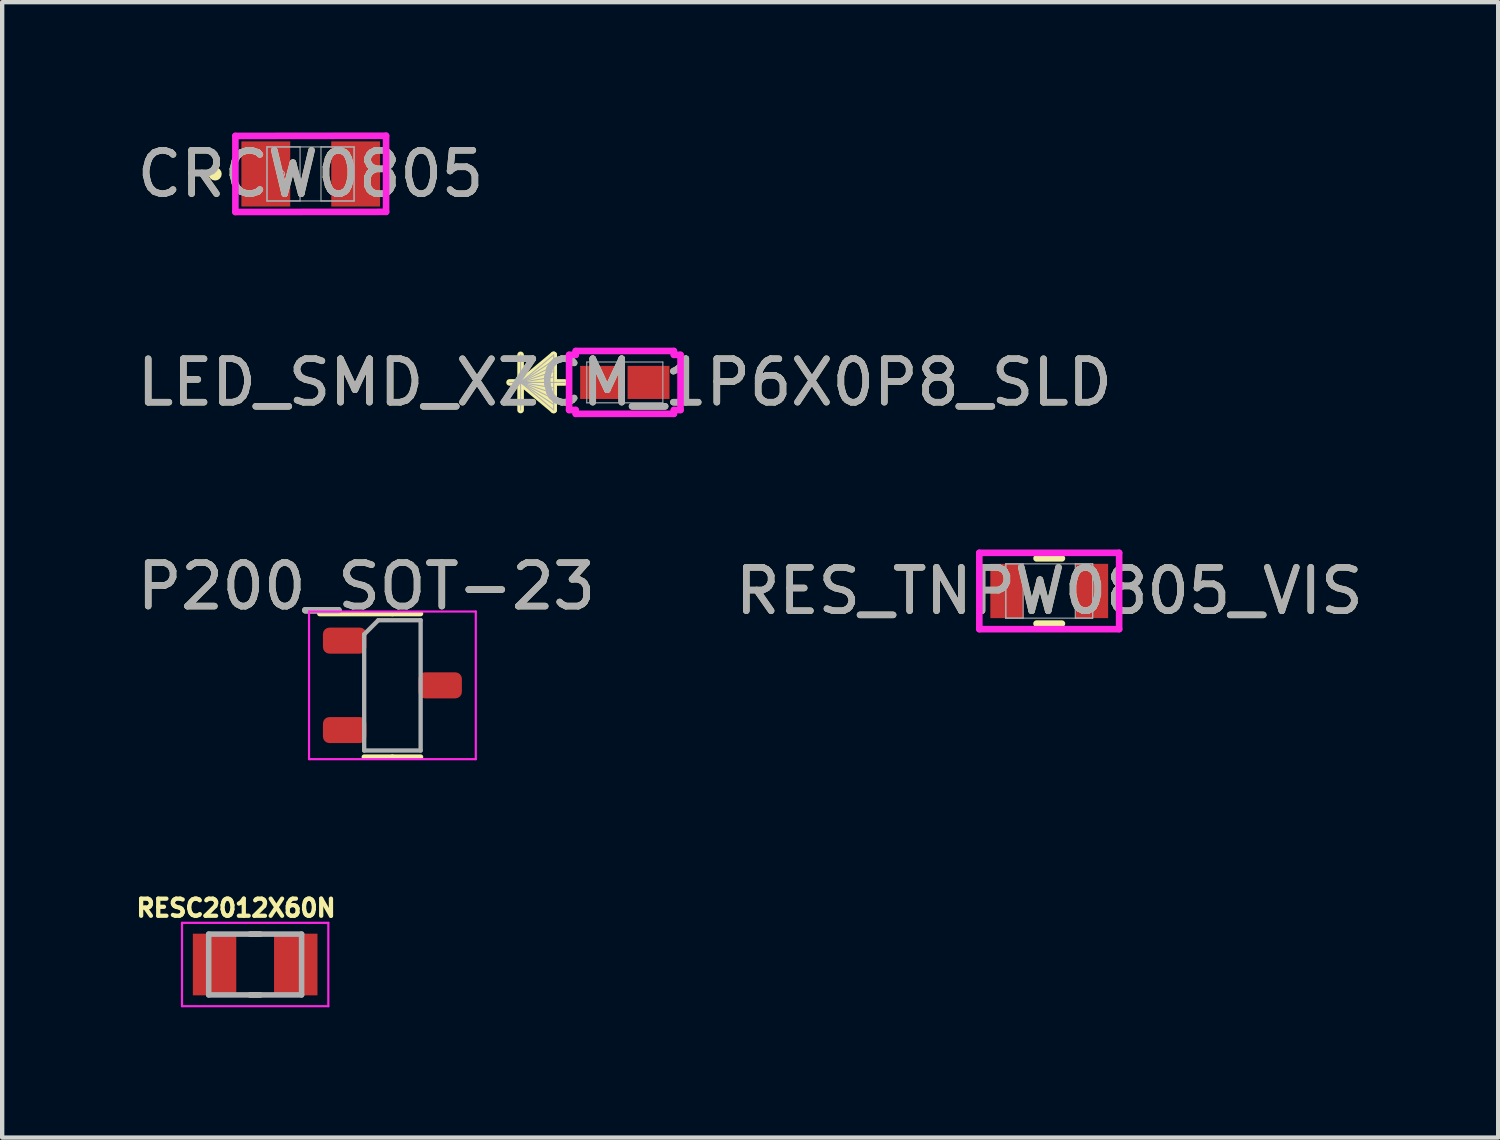
<source format=kicad_pcb>
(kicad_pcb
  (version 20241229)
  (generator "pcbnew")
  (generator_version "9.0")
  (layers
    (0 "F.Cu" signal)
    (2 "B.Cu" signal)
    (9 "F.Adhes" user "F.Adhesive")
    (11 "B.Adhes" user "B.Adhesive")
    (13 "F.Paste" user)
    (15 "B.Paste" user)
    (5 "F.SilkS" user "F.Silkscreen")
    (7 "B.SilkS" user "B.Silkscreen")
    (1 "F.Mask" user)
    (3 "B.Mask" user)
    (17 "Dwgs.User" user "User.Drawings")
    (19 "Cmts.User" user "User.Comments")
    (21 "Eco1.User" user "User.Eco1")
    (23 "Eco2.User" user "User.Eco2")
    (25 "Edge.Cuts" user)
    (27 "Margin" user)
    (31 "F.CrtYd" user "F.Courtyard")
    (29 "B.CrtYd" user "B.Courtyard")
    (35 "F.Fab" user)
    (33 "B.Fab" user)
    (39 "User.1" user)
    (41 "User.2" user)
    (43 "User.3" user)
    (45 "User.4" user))
  (footprint "P200_SOT-23"
    (layer "F.Cu")
    (at 4.887 11.703)
    (property "Reference" "P200_SOT-23" (at 0.5 -1.25 0) (layer "F.SilkS") (effects (font (size 1 1) (thickness 0.15))))
    (attr smd)
    (fp_line (start 1.1 -0.62) (end -0.575 -0.62) (stroke (width 0.12) (type solid)) (layer "F.SilkS"))
    (fp_line (start 1.1 -0.62) (end 1.75 -0.62) (stroke (width 0.12) (type solid)) (layer "F.SilkS"))
    (fp_line (start 1.1 2.68) (end 0.45 2.68) (stroke (width 0.12) (type solid)) (layer "F.SilkS"))
    (fp_line (start 1.1 2.68) (end 1.75 2.68) (stroke (width 0.12) (type solid)) (layer "F.SilkS"))
    (fp_line (start -0.82 -0.67) (end -0.82 2.73) (stroke (width 0.05) (type solid)) (layer "F.CrtYd"))
    (fp_line (start -0.82 2.73) (end 3.02 2.73) (stroke (width 0.05) (type solid)) (layer "F.CrtYd"))
    (fp_line (start 3.02 -0.67) (end -0.82 -0.67) (stroke (width 0.05) (type solid)) (layer "F.CrtYd"))
    (fp_line (start 3.02 2.73) (end 3.02 -0.67) (stroke (width 0.05) (type solid)) (layer "F.CrtYd"))
    (fp_line (start 0.45 -0.145) (end 0.775 -0.47) (stroke (width 0.1) (type solid)) (layer "F.Fab"))
    (fp_line (start 0.45 2.53) (end 0.45 -0.145) (stroke (width 0.1) (type solid)) (layer "F.Fab"))
    (fp_line (start 0.775 -0.47) (end 1.75 -0.47) (stroke (width 0.1) (type solid)) (layer "F.Fab"))
    (fp_line (start 1.75 -0.47) (end 1.75 2.53) (stroke (width 0.1) (type solid)) (layer "F.Fab"))
    (fp_line (start 1.75 2.53) (end 0.45 2.53) (stroke (width 0.1) (type solid)) (layer "F.Fab"))
    (fp_text user "${REFERENCE}" (at 0.5 -1.25 0) (layer "F.Fab") (effects (font (size 1 1) (thickness 0.15))))
    (pad "1" smd roundrect (at 0 0) (size 1 0.6) (layers "F.Cu" "F.Mask" "F.Paste") (roundrect_rratio 0.25))
    (pad "2" smd roundrect (at 0 2.06) (size 1 0.6) (layers "F.Cu" "F.Mask" "F.Paste") (roundrect_rratio 0.25))
    (pad "3" smd roundrect (at 2.2 1.03) (size 1 0.6) (layers "F.Cu" "F.Mask" "F.Paste") (roundrect_rratio 0.25)))
  (footprint "RESC2012X60N"
    (layer "F.Cu")
    (at 2.826 19.162)
    (property "Reference" "RESC2012X60N" (at -0.44 -1.3 0) (layer "F.SilkS") (effects (font (size 0.394 0.394) (thickness 0.15))))
    (attr smd)
    (fp_line (start -0.12 -0.7) (end 0.12 -0.7) (stroke (width 0.127) (type solid)) (layer "F.SilkS"))
    (fp_line (start -0.12 0.7) (end 0.12 0.7) (stroke (width 0.127) (type solid)) (layer "F.SilkS"))
    (fp_line (start -1.685 -0.96) (end 1.685 -0.96) (stroke (width 0.05) (type solid)) (layer "F.CrtYd"))
    (fp_line (start -1.685 0.96) (end -1.685 -0.96) (stroke (width 0.05) (type solid)) (layer "F.CrtYd"))
    (fp_line (start -1.685 0.96) (end 1.685 0.96) (stroke (width 0.05) (type solid)) (layer "F.CrtYd"))
    (fp_line (start 1.685 0.96) (end 1.685 -0.96) (stroke (width 0.05) (type solid)) (layer "F.CrtYd"))
    (fp_line (start -1.07 0.7) (end -1.07 -0.7) (stroke (width 0.127) (type solid)) (layer "F.Fab"))
    (fp_line (start 1.07 -0.7) (end -1.07 -0.7) (stroke (width 0.127) (type solid)) (layer "F.Fab"))
    (fp_line (start 1.07 0.7) (end -1.07 0.7) (stroke (width 0.127) (type solid)) (layer "F.Fab"))
    (fp_line (start 1.07 0.7) (end 1.07 -0.7) (stroke (width 0.127) (type solid)) (layer "F.Fab"))
    (pad "1" smd rect (at -0.935 0) (size 1 1.42) (layers "F.Cu" "F.Mask" "F.Paste"))
    (pad "2" smd rect (at 0.935 0) (size 1 1.42) (layers "F.Cu" "F.Mask" "F.Paste")))
  (footprint "LED_SMD_XZCM_1P6X0P8_SLD"
    (layer "F.Cu")
    (at 11.339 5.757)
    (property "Reference" "LED_SMD_XZCM_1P6X0P8_SLD" (at 0 0 0) (unlocked yes) (layer "F.SilkS") (effects (font (size 1 1) (thickness 0.15))))
    (attr smd)
    (fp_line (start -2.4 -0.635) (end -2.4 0.635) (stroke (width 0.152) (type solid)) (layer "F.SilkS"))
    (fp_line (start -2.4 0) (end -1.638 -0.635) (stroke (width 0.152) (type solid)) (layer "F.SilkS"))
    (fp_line (start -2.4 0) (end -1.638 -0.508) (stroke (width 0.152) (type solid)) (layer "F.SilkS"))
    (fp_line (start -2.4 0) (end -1.638 -0.381) (stroke (width 0.152) (type solid)) (layer "F.SilkS"))
    (fp_line (start -2.4 0) (end -1.638 -0.254) (stroke (width 0.152) (type solid)) (layer "F.SilkS"))
    (fp_line (start -2.4 0) (end -1.638 -0.127) (stroke (width 0.152) (type solid)) (layer "F.SilkS"))
    (fp_line (start -2.4 0) (end -1.638 0.127) (stroke (width 0.152) (type solid)) (layer "F.SilkS"))
    (fp_line (start -2.4 0) (end -1.638 0.254) (stroke (width 0.152) (type solid)) (layer "F.SilkS"))
    (fp_line (start -2.4 0) (end -1.638 0.381) (stroke (width 0.152) (type solid)) (layer "F.SilkS"))
    (fp_line (start -2.4 0) (end -1.638 0.508) (stroke (width 0.152) (type solid)) (layer "F.SilkS"))
    (fp_line (start -2.4 0) (end -1.638 0.635) (stroke (width 0.152) (type solid)) (layer "F.SilkS"))
    (fp_line (start -1.638 -0.635) (end -1.638 0.635) (stroke (width 0.152) (type solid)) (layer "F.SilkS"))
    (fp_line (start -1.384 0) (end -2.654 0) (stroke (width 0.152) (type solid)) (layer "F.SilkS"))
    (fp_line (start -1.283 -0.635) (end -1.13 -0.635) (stroke (width 0.152) (type solid)) (layer "F.CrtYd"))
    (fp_line (start -1.283 0.635) (end -1.283 -0.635) (stroke (width 0.152) (type solid)) (layer "F.CrtYd"))
    (fp_line (start -1.13 -0.724) (end 1.13 -0.724) (stroke (width 0.152) (type solid)) (layer "F.CrtYd"))
    (fp_line (start -1.13 -0.635) (end -1.13 -0.724) (stroke (width 0.152) (type solid)) (layer "F.CrtYd"))
    (fp_line (start -1.13 0.635) (end -1.283 0.635) (stroke (width 0.152) (type solid)) (layer "F.CrtYd"))
    (fp_line (start -1.13 0.724) (end -1.13 0.635) (stroke (width 0.152) (type solid)) (layer "F.CrtYd"))
    (fp_line (start 1.13 -0.724) (end 1.13 -0.635) (stroke (width 0.152) (type solid)) (layer "F.CrtYd"))
    (fp_line (start 1.13 -0.635) (end 1.283 -0.635) (stroke (width 0.152) (type solid)) (layer "F.CrtYd"))
    (fp_line (start 1.13 0.635) (end 1.13 0.724) (stroke (width 0.152) (type solid)) (layer "F.CrtYd"))
    (fp_line (start 1.13 0.724) (end -1.13 0.724) (stroke (width 0.152) (type solid)) (layer "F.CrtYd"))
    (fp_line (start 1.283 -0.635) (end 1.283 0.635) (stroke (width 0.152) (type solid)) (layer "F.CrtYd"))
    (fp_line (start 1.283 0.635) (end 1.13 0.635) (stroke (width 0.152) (type solid)) (layer "F.CrtYd"))
    (fp_line (start -2.4 -0.635) (end -2.4 0.635) (stroke (width 0.025) (type solid)) (layer "F.Fab"))
    (fp_line (start -2.4 0) (end -1.638 -0.635) (stroke (width 0.025) (type solid)) (layer "F.Fab"))
    (fp_line (start -2.4 0) (end -1.638 -0.508) (stroke (width 0.025) (type solid)) (layer "F.Fab"))
    (fp_line (start -2.4 0) (end -1.638 -0.381) (stroke (width 0.025) (type solid)) (layer "F.Fab"))
    (fp_line (start -2.4 0) (end -1.638 -0.254) (stroke (width 0.025) (type solid)) (layer "F.Fab"))
    (fp_line (start -2.4 0) (end -1.638 -0.127) (stroke (width 0.025) (type solid)) (layer "F.Fab"))
    (fp_line (start -2.4 0) (end -1.638 0.127) (stroke (width 0.025) (type solid)) (layer "F.Fab"))
    (fp_line (start -2.4 0) (end -1.638 0.254) (stroke (width 0.025) (type solid)) (layer "F.Fab"))
    (fp_line (start -2.4 0) (end -1.638 0.381) (stroke (width 0.025) (type solid)) (layer "F.Fab"))
    (fp_line (start -2.4 0) (end -1.638 0.508) (stroke (width 0.025) (type solid)) (layer "F.Fab"))
    (fp_line (start -2.4 0) (end -1.638 0.635) (stroke (width 0.025) (type solid)) (layer "F.Fab"))
    (fp_line (start -1.638 -0.635) (end -1.638 0.635) (stroke (width 0.025) (type solid)) (layer "F.Fab"))
    (fp_line (start -1.384 0) (end -2.654 0) (stroke (width 0.025) (type solid)) (layer "F.Fab"))
    (fp_line (start -0.876 -0.47) (end -0.876 0.47) (stroke (width 0.025) (type solid)) (layer "F.Fab"))
    (fp_line (start -0.876 0.47) (end 0.876 0.47) (stroke (width 0.025) (type solid)) (layer "F.Fab"))
    (fp_line (start 0.876 -0.47) (end -0.876 -0.47) (stroke (width 0.025) (type solid)) (layer "F.Fab"))
    (fp_line (start 0.876 0.47) (end 0.876 -0.47) (stroke (width 0.025) (type solid)) (layer "F.Fab"))
    (fp_text user "${REFERENCE}" (at 0 0 0) (unlocked yes) (layer "F.Fab") (effects (font (size 1 1) (thickness 0.15))))
    (pad "1" smd rect (at -0.546 0 90) (size 0.762 0.965) (layers "F.Cu" "F.Mask" "F.Paste"))
    (pad "2" smd rect (at 0.546 0 90) (size 0.762 0.965) (layers "F.Cu" "F.Mask" "F.Paste"))
    (zone (net_name "") (layer "F.Cu") (hatch full 0.508) (connect_pads) (min_thickness 0.254) (filled_areas_thickness no) (keepout (tracks not_allowed) (vias not_allowed) (pads allowed) (copperpour not_allowed) (footprints allowed)) (placement (enabled no)) (fill) (polygon (pts (xy 10.514 5.338) (xy 12.165 5.338) (xy 12.165 5.325) (xy 10.514 5.325))))
    (zone (net_name "") (layer "F.Cu") (hatch full 0.508) (connect_pads) (min_thickness 0.254) (filled_areas_thickness no) (keepout (tracks not_allowed) (vias not_allowed) (pads allowed) (copperpour not_allowed) (footprints allowed)) (placement (enabled no)) (fill) (polygon (pts (xy 10.514 6.189) (xy 12.165 6.189) (xy 12.165 6.176) (xy 10.514 6.176))))
    (zone (net_name "") (layer "F.Cu") (hatch full 0.508) (connect_pads) (min_thickness 0.254) (filled_areas_thickness no) (keepout (tracks not_allowed) (vias not_allowed) (pads allowed) (copperpour not_allowed) (footprints allowed)) (placement (enabled no)) (fill) (polygon (pts (xy 11.327 5.325) (xy 11.352 5.325) (xy 11.352 6.189) (xy 11.327 6.189)))))
  (footprint "RES_TNPW0805_VIS"
    (layer "F.Cu")
    (at 21.113 10.56)
    (property "Reference" "RES_TNPW0805_VIS" (at 0 0 0) (unlocked yes) (layer "F.SilkS") (effects (font (size 1 1) (thickness 0.15))))
    (attr smd)
    (fp_line (start -0.292 0.752) (end 0.292 0.752) (stroke (width 0.152) (type solid)) (layer "F.SilkS"))
    (fp_line (start 0.292 -0.752) (end -0.292 -0.752) (stroke (width 0.152) (type solid)) (layer "F.SilkS"))
    (fp_line (start -1.61 -0.879) (end 1.61 -0.879) (stroke (width 0.152) (type solid)) (layer "F.CrtYd"))
    (fp_line (start -1.61 0.879) (end -1.61 -0.879) (stroke (width 0.152) (type solid)) (layer "F.CrtYd"))
    (fp_line (start 1.61 -0.879) (end 1.61 0.879) (stroke (width 0.152) (type solid)) (layer "F.CrtYd"))
    (fp_line (start 1.61 0.879) (end -1.61 0.879) (stroke (width 0.152) (type solid)) (layer "F.CrtYd"))
    (fp_line (start -1 -0.625) (end -1 0.625) (stroke (width 0.025) (type solid)) (layer "F.Fab"))
    (fp_line (start -1 -0.625) (end -1 0.625) (stroke (width 0.025) (type solid)) (layer "F.Fab"))
    (fp_line (start -1 0.625) (end -0.6 0.625) (stroke (width 0.025) (type solid)) (layer "F.Fab"))
    (fp_line (start -1 0.625) (end 1 0.625) (stroke (width 0.025) (type solid)) (layer "F.Fab"))
    (fp_line (start -0.6 -0.625) (end -1 -0.625) (stroke (width 0.025) (type solid)) (layer "F.Fab"))
    (fp_line (start -0.6 0.625) (end -0.6 -0.625) (stroke (width 0.025) (type solid)) (layer "F.Fab"))
    (fp_line (start 0.6 -0.625) (end 0.6 0.625) (stroke (width 0.025) (type solid)) (layer "F.Fab"))
    (fp_line (start 0.6 0.625) (end 1 0.625) (stroke (width 0.025) (type solid)) (layer "F.Fab"))
    (fp_line (start 1 -0.625) (end -1 -0.625) (stroke (width 0.025) (type solid)) (layer "F.Fab"))
    (fp_line (start 1 -0.625) (end 0.6 -0.625) (stroke (width 0.025) (type solid)) (layer "F.Fab"))
    (fp_line (start 1 0.625) (end 1 -0.625) (stroke (width 0.025) (type solid)) (layer "F.Fab"))
    (fp_line (start 1 0.625) (end 1 -0.625) (stroke (width 0.025) (type solid)) (layer "F.Fab"))
    (fp_text user "${REFERENCE}" (at 0 0 0) (unlocked yes) (layer "F.Fab") (effects (font (size 1 1) (thickness 0.15))))
    (pad "1" smd rect (at -0.978 0) (size 0.756 1.25) (layers "F.Cu" "F.Mask" "F.Paste"))
    (pad "2" smd rect (at 0.978 0) (size 0.756 1.25) (layers "F.Cu" "F.Mask" "F.Paste"))
    (zone (net_name "") (layer "F.Cu") (hatch full 0.508) (connect_pads) (min_thickness 0.254) (filled_areas_thickness no) (keepout (tracks not_allowed) (vias not_allowed) (pads allowed) (copperpour not_allowed) (footprints allowed)) (placement (enabled no)) (fill) (polygon (pts (xy 20.564 9.986) (xy 21.662 9.986) (xy 21.662 11.135) (xy 20.564 11.135)))))
  (footprint "CRCW0805"
    (layer "F.Cu")
    (at 4.101 0.956)
    (property "Reference" "CRCW0805" (at 0 0 0) (unlocked yes) (layer "F.SilkS") (effects (font (size 1 1) (thickness 0.15))))
    (attr smd)
    (fp_circle (center -2.197 0) (end -2.121 0) (stroke (width 0.152) (type solid)) (fill no) (layer "F.SilkS"))
    (fp_line (start -1.73 -0.876) (end 1.74 -0.88) (stroke (width 0.152) (type solid)) (layer "F.CrtYd"))
    (fp_line (start -1.73 0.876) (end -1.73 -0.876) (stroke (width 0.152) (type solid)) (layer "F.CrtYd"))
    (fp_line (start 1.74 -0.88) (end 1.74 0.873) (stroke (width 0.152) (type solid)) (layer "F.CrtYd"))
    (fp_line (start 1.74 0.873) (end -1.73 0.876) (stroke (width 0.152) (type solid)) (layer "F.CrtYd"))
    (fp_line (start -1.003 -0.622) (end -1.003 0.622) (stroke (width 0.025) (type solid)) (layer "F.Fab"))
    (fp_line (start -1.003 -0.622) (end -1.003 0.622) (stroke (width 0.025) (type solid)) (layer "F.Fab"))
    (fp_line (start -1.003 0.622) (end -0.241 0.622) (stroke (width 0.025) (type solid)) (layer "F.Fab"))
    (fp_line (start -1.003 0.622) (end 1.003 0.622) (stroke (width 0.025) (type solid)) (layer "F.Fab"))
    (fp_line (start -0.241 -0.622) (end -1.003 -0.622) (stroke (width 0.025) (type solid)) (layer "F.Fab"))
    (fp_line (start -0.241 0.622) (end -0.241 -0.622) (stroke (width 0.025) (type solid)) (layer "F.Fab"))
    (fp_line (start 0.241 -0.622) (end 0.241 0.622) (stroke (width 0.025) (type solid)) (layer "F.Fab"))
    (fp_line (start 0.241 0.622) (end 1.003 0.622) (stroke (width 0.025) (type solid)) (layer "F.Fab"))
    (fp_line (start 1.003 -0.622) (end -1.003 -0.622) (stroke (width 0.025) (type solid)) (layer "F.Fab"))
    (fp_line (start 1.003 -0.622) (end 0.241 -0.622) (stroke (width 0.025) (type solid)) (layer "F.Fab"))
    (fp_line (start 1.003 0.622) (end 1.003 -0.622) (stroke (width 0.025) (type solid)) (layer "F.Fab"))
    (fp_line (start 1.003 0.622) (end 1.003 -0.622) (stroke (width 0.025) (type solid)) (layer "F.Fab"))
    (fp_circle (center -0.673 0) (end -0.597 0) (stroke (width 0.025) (type solid)) (fill no) (layer "F.Fab"))
    (fp_text user "${REFERENCE}" (at 0 0 0) (unlocked yes) (layer "F.Fab") (effects (font (size 1 1) (thickness 0.15))))
    (pad "1" smd rect (at -1.03 0) (size 1.125 1.5) (layers "F.Cu" "F.Mask" "F.Paste"))
    (pad "2" smd rect (at 1.04 0) (size 1.125 1.5) (layers "F.Cu" "F.Mask" "F.Paste"))
    (zone (net_name "") (layer "F.Cu") (hatch full 0.508) (connect_pads) (min_thickness 0.254) (filled_areas_thickness no) (keepout (tracks not_allowed) (vias not_allowed) (pads allowed) (copperpour not_allowed) (footprints allowed)) (placement (enabled no)) (fill) (polygon (pts (xy 3.701 0.255) (xy 4.502 0.255) (xy 4.502 1.658) (xy 3.701 1.658)))))
  (gr_rect
    (start -3 -3)
    (end 31.452 23.147)
    (stroke (width 0.1) (type default))
    (fill no)
    (layer "Edge.Cuts")))
</source>
